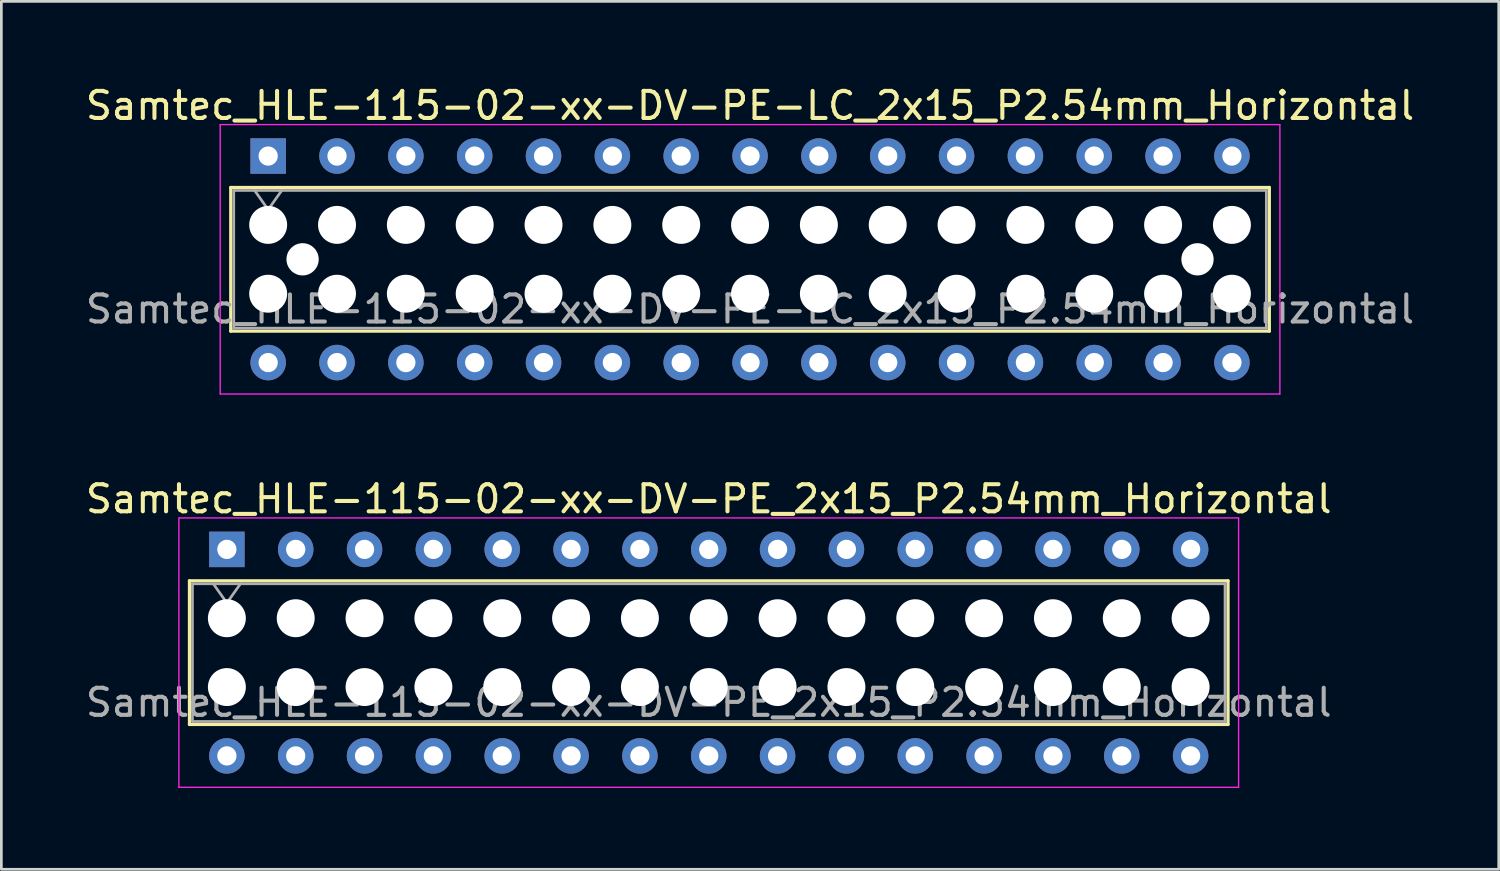
<source format=kicad_pcb>
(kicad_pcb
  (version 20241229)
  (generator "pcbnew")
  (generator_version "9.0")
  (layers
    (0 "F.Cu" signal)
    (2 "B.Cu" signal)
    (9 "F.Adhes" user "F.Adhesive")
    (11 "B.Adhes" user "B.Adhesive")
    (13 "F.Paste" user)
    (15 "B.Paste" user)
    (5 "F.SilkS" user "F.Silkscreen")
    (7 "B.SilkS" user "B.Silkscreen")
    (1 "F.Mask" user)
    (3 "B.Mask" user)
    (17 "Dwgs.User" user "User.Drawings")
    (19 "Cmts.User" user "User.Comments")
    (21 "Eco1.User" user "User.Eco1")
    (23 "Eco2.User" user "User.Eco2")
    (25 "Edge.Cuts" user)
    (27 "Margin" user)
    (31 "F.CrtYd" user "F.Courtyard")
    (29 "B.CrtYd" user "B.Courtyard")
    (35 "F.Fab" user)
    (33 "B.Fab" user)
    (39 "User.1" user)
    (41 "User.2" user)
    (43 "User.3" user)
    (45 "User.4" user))
  (footprint "Samtec_HLE-115-02-xx-DV-PE-LC_2x15_P2.54mm_Horizontal"
    (layer "F.Cu")
    (at 6.845 2.708)
    (property "Reference" "Samtec_HLE-115-02-xx-DV-PE-LC_2x15_P2.54mm_Horizontal" (at 17.78 -1.86 0) (layer "F.SilkS") (effects (font (size 1 1) (thickness 0.15))))
    (attr through_hole)
    (fp_line (start -1.38 1.16) (end 36.94 1.16) (stroke (width 0.12) (type solid)) (layer "F.SilkS"))
    (fp_line (start -1.38 6.46) (end -1.38 1.16) (stroke (width 0.12) (type solid)) (layer "F.SilkS"))
    (fp_line (start 36.94 1.16) (end 36.94 6.46) (stroke (width 0.12) (type solid)) (layer "F.SilkS"))
    (fp_line (start 36.94 6.46) (end -1.38 6.46) (stroke (width 0.12) (type solid)) (layer "F.SilkS"))
    (fp_line (start -1.77 -1.16) (end 37.33 -1.16) (stroke (width 0.05) (type solid)) (layer "F.CrtYd"))
    (fp_line (start -1.77 8.78) (end -1.77 -1.16) (stroke (width 0.05) (type solid)) (layer "F.CrtYd"))
    (fp_line (start 37.33 -1.16) (end 37.33 8.78) (stroke (width 0.05) (type solid)) (layer "F.CrtYd"))
    (fp_line (start 37.33 8.78) (end -1.77 8.78) (stroke (width 0.05) (type solid)) (layer "F.CrtYd"))
    (fp_line (start -1.27 1.27) (end 36.83 1.27) (stroke (width 0.1) (type solid)) (layer "F.Fab"))
    (fp_line (start -1.27 6.35) (end -1.27 1.27) (stroke (width 0.1) (type solid)) (layer "F.Fab"))
    (fp_line (start -0.5 1.27) (end 0 1.977) (stroke (width 0.1) (type solid)) (layer "F.Fab"))
    (fp_line (start 0 1.977) (end 0.5 1.27) (stroke (width 0.1) (type solid)) (layer "F.Fab"))
    (fp_line (start 36.83 1.27) (end 36.83 6.35) (stroke (width 0.1) (type solid)) (layer "F.Fab"))
    (fp_line (start 36.83 6.35) (end -1.27 6.35) (stroke (width 0.1) (type solid)) (layer "F.Fab"))
    (fp_text user "${REFERENCE}" (at 17.78 5.65 0) (layer "F.Fab") (effects (font (size 1 1) (thickness 0.15))))
    (pad "" np_thru_hole circle (at 0 2.54) (size 1.4 1.4) (drill 1.4) (layers "*.Cu" "*.Mask"))
    (pad "" np_thru_hole circle (at 0 5.08) (size 1.4 1.4) (drill 1.4) (layers "*.Cu" "*.Mask"))
    (pad "" np_thru_hole circle (at 1.27 3.81) (size 1.19 1.19) (drill 1.19) (layers "*.Cu" "*.Mask"))
    (pad "" np_thru_hole circle (at 2.54 2.54) (size 1.4 1.4) (drill 1.4) (layers "*.Cu" "*.Mask"))
    (pad "" np_thru_hole circle (at 2.54 5.08) (size 1.4 1.4) (drill 1.4) (layers "*.Cu" "*.Mask"))
    (pad "" np_thru_hole circle (at 5.08 2.54) (size 1.4 1.4) (drill 1.4) (layers "*.Cu" "*.Mask"))
    (pad "" np_thru_hole circle (at 5.08 5.08) (size 1.4 1.4) (drill 1.4) (layers "*.Cu" "*.Mask"))
    (pad "" np_thru_hole circle (at 7.62 2.54) (size 1.4 1.4) (drill 1.4) (layers "*.Cu" "*.Mask"))
    (pad "" np_thru_hole circle (at 7.62 5.08) (size 1.4 1.4) (drill 1.4) (layers "*.Cu" "*.Mask"))
    (pad "" np_thru_hole circle (at 10.16 2.54) (size 1.4 1.4) (drill 1.4) (layers "*.Cu" "*.Mask"))
    (pad "" np_thru_hole circle (at 10.16 5.08) (size 1.4 1.4) (drill 1.4) (layers "*.Cu" "*.Mask"))
    (pad "" np_thru_hole circle (at 12.7 2.54) (size 1.4 1.4) (drill 1.4) (layers "*.Cu" "*.Mask"))
    (pad "" np_thru_hole circle (at 12.7 5.08) (size 1.4 1.4) (drill 1.4) (layers "*.Cu" "*.Mask"))
    (pad "" np_thru_hole circle (at 15.24 2.54) (size 1.4 1.4) (drill 1.4) (layers "*.Cu" "*.Mask"))
    (pad "" np_thru_hole circle (at 15.24 5.08) (size 1.4 1.4) (drill 1.4) (layers "*.Cu" "*.Mask"))
    (pad "" np_thru_hole circle (at 17.78 2.54) (size 1.4 1.4) (drill 1.4) (layers "*.Cu" "*.Mask"))
    (pad "" np_thru_hole circle (at 17.78 5.08) (size 1.4 1.4) (drill 1.4) (layers "*.Cu" "*.Mask"))
    (pad "" np_thru_hole circle (at 20.32 2.54) (size 1.4 1.4) (drill 1.4) (layers "*.Cu" "*.Mask"))
    (pad "" np_thru_hole circle (at 20.32 5.08) (size 1.4 1.4) (drill 1.4) (layers "*.Cu" "*.Mask"))
    (pad "" np_thru_hole circle (at 22.86 2.54) (size 1.4 1.4) (drill 1.4) (layers "*.Cu" "*.Mask"))
    (pad "" np_thru_hole circle (at 22.86 5.08) (size 1.4 1.4) (drill 1.4) (layers "*.Cu" "*.Mask"))
    (pad "" np_thru_hole circle (at 25.4 2.54) (size 1.4 1.4) (drill 1.4) (layers "*.Cu" "*.Mask"))
    (pad "" np_thru_hole circle (at 25.4 5.08) (size 1.4 1.4) (drill 1.4) (layers "*.Cu" "*.Mask"))
    (pad "" np_thru_hole circle (at 27.94 2.54) (size 1.4 1.4) (drill 1.4) (layers "*.Cu" "*.Mask"))
    (pad "" np_thru_hole circle (at 27.94 5.08) (size 1.4 1.4) (drill 1.4) (layers "*.Cu" "*.Mask"))
    (pad "" np_thru_hole circle (at 30.48 2.54) (size 1.4 1.4) (drill 1.4) (layers "*.Cu" "*.Mask"))
    (pad "" np_thru_hole circle (at 30.48 5.08) (size 1.4 1.4) (drill 1.4) (layers "*.Cu" "*.Mask"))
    (pad "" np_thru_hole circle (at 33.02 2.54) (size 1.4 1.4) (drill 1.4) (layers "*.Cu" "*.Mask"))
    (pad "" np_thru_hole circle (at 33.02 5.08) (size 1.4 1.4) (drill 1.4) (layers "*.Cu" "*.Mask"))
    (pad "" np_thru_hole circle (at 34.29 3.81) (size 1.19 1.19) (drill 1.19) (layers "*.Cu" "*.Mask"))
    (pad "" np_thru_hole circle (at 35.56 2.54) (size 1.4 1.4) (drill 1.4) (layers "*.Cu" "*.Mask"))
    (pad "" np_thru_hole circle (at 35.56 5.08) (size 1.4 1.4) (drill 1.4) (layers "*.Cu" "*.Mask"))
    (pad "1" thru_hole rect (at 0 0) (size 1.31 1.31) (drill 0.71) (layers "*.Cu" "*.Mask"))
    (pad "2" thru_hole circle (at 0 7.62) (size 1.31 1.31) (drill 0.71) (layers "*.Cu" "*.Mask"))
    (pad "3" thru_hole circle (at 2.54 0) (size 1.31 1.31) (drill 0.71) (layers "*.Cu" "*.Mask"))
    (pad "4" thru_hole circle (at 2.54 7.62) (size 1.31 1.31) (drill 0.71) (layers "*.Cu" "*.Mask"))
    (pad "5" thru_hole circle (at 5.08 0) (size 1.31 1.31) (drill 0.71) (layers "*.Cu" "*.Mask"))
    (pad "6" thru_hole circle (at 5.08 7.62) (size 1.31 1.31) (drill 0.71) (layers "*.Cu" "*.Mask"))
    (pad "7" thru_hole circle (at 7.62 0) (size 1.31 1.31) (drill 0.71) (layers "*.Cu" "*.Mask"))
    (pad "8" thru_hole circle (at 7.62 7.62) (size 1.31 1.31) (drill 0.71) (layers "*.Cu" "*.Mask"))
    (pad "9" thru_hole circle (at 10.16 0) (size 1.31 1.31) (drill 0.71) (layers "*.Cu" "*.Mask"))
    (pad "10" thru_hole circle (at 10.16 7.62) (size 1.31 1.31) (drill 0.71) (layers "*.Cu" "*.Mask"))
    (pad "11" thru_hole circle (at 12.7 0) (size 1.31 1.31) (drill 0.71) (layers "*.Cu" "*.Mask"))
    (pad "12" thru_hole circle (at 12.7 7.62) (size 1.31 1.31) (drill 0.71) (layers "*.Cu" "*.Mask"))
    (pad "13" thru_hole circle (at 15.24 0) (size 1.31 1.31) (drill 0.71) (layers "*.Cu" "*.Mask"))
    (pad "14" thru_hole circle (at 15.24 7.62) (size 1.31 1.31) (drill 0.71) (layers "*.Cu" "*.Mask"))
    (pad "15" thru_hole circle (at 17.78 0) (size 1.31 1.31) (drill 0.71) (layers "*.Cu" "*.Mask"))
    (pad "16" thru_hole circle (at 17.78 7.62) (size 1.31 1.31) (drill 0.71) (layers "*.Cu" "*.Mask"))
    (pad "17" thru_hole circle (at 20.32 0) (size 1.31 1.31) (drill 0.71) (layers "*.Cu" "*.Mask"))
    (pad "18" thru_hole circle (at 20.32 7.62) (size 1.31 1.31) (drill 0.71) (layers "*.Cu" "*.Mask"))
    (pad "19" thru_hole circle (at 22.86 0) (size 1.31 1.31) (drill 0.71) (layers "*.Cu" "*.Mask"))
    (pad "20" thru_hole circle (at 22.86 7.62) (size 1.31 1.31) (drill 0.71) (layers "*.Cu" "*.Mask"))
    (pad "21" thru_hole circle (at 25.4 0) (size 1.31 1.31) (drill 0.71) (layers "*.Cu" "*.Mask"))
    (pad "22" thru_hole circle (at 25.4 7.62) (size 1.31 1.31) (drill 0.71) (layers "*.Cu" "*.Mask"))
    (pad "23" thru_hole circle (at 27.94 0) (size 1.31 1.31) (drill 0.71) (layers "*.Cu" "*.Mask"))
    (pad "24" thru_hole circle (at 27.94 7.62) (size 1.31 1.31) (drill 0.71) (layers "*.Cu" "*.Mask"))
    (pad "25" thru_hole circle (at 30.48 0) (size 1.31 1.31) (drill 0.71) (layers "*.Cu" "*.Mask"))
    (pad "26" thru_hole circle (at 30.48 7.62) (size 1.31 1.31) (drill 0.71) (layers "*.Cu" "*.Mask"))
    (pad "27" thru_hole circle (at 33.02 0) (size 1.31 1.31) (drill 0.71) (layers "*.Cu" "*.Mask"))
    (pad "28" thru_hole circle (at 33.02 7.62) (size 1.31 1.31) (drill 0.71) (layers "*.Cu" "*.Mask"))
    (pad "29" thru_hole circle (at 35.56 0) (size 1.31 1.31) (drill 0.71) (layers "*.Cu" "*.Mask"))
    (pad "30" thru_hole circle (at 35.56 7.62) (size 1.31 1.31) (drill 0.71) (layers "*.Cu" "*.Mask")))
  (footprint "Samtec_HLE-115-02-xx-DV-PE_2x15_P2.54mm_Horizontal"
    (layer "F.Cu")
    (at 5.321 17.221)
    (property "Reference" "Samtec_HLE-115-02-xx-DV-PE_2x15_P2.54mm_Horizontal" (at 17.78 -1.86 0) (layer "F.SilkS") (effects (font (size 1 1) (thickness 0.15))))
    (attr through_hole)
    (fp_line (start -1.38 1.16) (end 36.94 1.16) (stroke (width 0.12) (type solid)) (layer "F.SilkS"))
    (fp_line (start -1.38 6.46) (end -1.38 1.16) (stroke (width 0.12) (type solid)) (layer "F.SilkS"))
    (fp_line (start 36.94 1.16) (end 36.94 6.46) (stroke (width 0.12) (type solid)) (layer "F.SilkS"))
    (fp_line (start 36.94 6.46) (end -1.38 6.46) (stroke (width 0.12) (type solid)) (layer "F.SilkS"))
    (fp_line (start -1.77 -1.16) (end 37.33 -1.16) (stroke (width 0.05) (type solid)) (layer "F.CrtYd"))
    (fp_line (start -1.77 8.78) (end -1.77 -1.16) (stroke (width 0.05) (type solid)) (layer "F.CrtYd"))
    (fp_line (start 37.33 -1.16) (end 37.33 8.78) (stroke (width 0.05) (type solid)) (layer "F.CrtYd"))
    (fp_line (start 37.33 8.78) (end -1.77 8.78) (stroke (width 0.05) (type solid)) (layer "F.CrtYd"))
    (fp_line (start -1.27 1.27) (end 36.83 1.27) (stroke (width 0.1) (type solid)) (layer "F.Fab"))
    (fp_line (start -1.27 6.35) (end -1.27 1.27) (stroke (width 0.1) (type solid)) (layer "F.Fab"))
    (fp_line (start -0.5 1.27) (end 0 1.977) (stroke (width 0.1) (type solid)) (layer "F.Fab"))
    (fp_line (start 0 1.977) (end 0.5 1.27) (stroke (width 0.1) (type solid)) (layer "F.Fab"))
    (fp_line (start 36.83 1.27) (end 36.83 6.35) (stroke (width 0.1) (type solid)) (layer "F.Fab"))
    (fp_line (start 36.83 6.35) (end -1.27 6.35) (stroke (width 0.1) (type solid)) (layer "F.Fab"))
    (fp_text user "${REFERENCE}" (at 17.78 5.65 0) (layer "F.Fab") (effects (font (size 1 1) (thickness 0.15))))
    (pad "" np_thru_hole circle (at 0 2.54) (size 1.4 1.4) (drill 1.4) (layers "*.Cu" "*.Mask"))
    (pad "" np_thru_hole circle (at 0 5.08) (size 1.4 1.4) (drill 1.4) (layers "*.Cu" "*.Mask"))
    (pad "" np_thru_hole circle (at 2.54 2.54) (size 1.4 1.4) (drill 1.4) (layers "*.Cu" "*.Mask"))
    (pad "" np_thru_hole circle (at 2.54 5.08) (size 1.4 1.4) (drill 1.4) (layers "*.Cu" "*.Mask"))
    (pad "" np_thru_hole circle (at 5.08 2.54) (size 1.4 1.4) (drill 1.4) (layers "*.Cu" "*.Mask"))
    (pad "" np_thru_hole circle (at 5.08 5.08) (size 1.4 1.4) (drill 1.4) (layers "*.Cu" "*.Mask"))
    (pad "" np_thru_hole circle (at 7.62 2.54) (size 1.4 1.4) (drill 1.4) (layers "*.Cu" "*.Mask"))
    (pad "" np_thru_hole circle (at 7.62 5.08) (size 1.4 1.4) (drill 1.4) (layers "*.Cu" "*.Mask"))
    (pad "" np_thru_hole circle (at 10.16 2.54) (size 1.4 1.4) (drill 1.4) (layers "*.Cu" "*.Mask"))
    (pad "" np_thru_hole circle (at 10.16 5.08) (size 1.4 1.4) (drill 1.4) (layers "*.Cu" "*.Mask"))
    (pad "" np_thru_hole circle (at 12.7 2.54) (size 1.4 1.4) (drill 1.4) (layers "*.Cu" "*.Mask"))
    (pad "" np_thru_hole circle (at 12.7 5.08) (size 1.4 1.4) (drill 1.4) (layers "*.Cu" "*.Mask"))
    (pad "" np_thru_hole circle (at 15.24 2.54) (size 1.4 1.4) (drill 1.4) (layers "*.Cu" "*.Mask"))
    (pad "" np_thru_hole circle (at 15.24 5.08) (size 1.4 1.4) (drill 1.4) (layers "*.Cu" "*.Mask"))
    (pad "" np_thru_hole circle (at 17.78 2.54) (size 1.4 1.4) (drill 1.4) (layers "*.Cu" "*.Mask"))
    (pad "" np_thru_hole circle (at 17.78 5.08) (size 1.4 1.4) (drill 1.4) (layers "*.Cu" "*.Mask"))
    (pad "" np_thru_hole circle (at 20.32 2.54) (size 1.4 1.4) (drill 1.4) (layers "*.Cu" "*.Mask"))
    (pad "" np_thru_hole circle (at 20.32 5.08) (size 1.4 1.4) (drill 1.4) (layers "*.Cu" "*.Mask"))
    (pad "" np_thru_hole circle (at 22.86 2.54) (size 1.4 1.4) (drill 1.4) (layers "*.Cu" "*.Mask"))
    (pad "" np_thru_hole circle (at 22.86 5.08) (size 1.4 1.4) (drill 1.4) (layers "*.Cu" "*.Mask"))
    (pad "" np_thru_hole circle (at 25.4 2.54) (size 1.4 1.4) (drill 1.4) (layers "*.Cu" "*.Mask"))
    (pad "" np_thru_hole circle (at 25.4 5.08) (size 1.4 1.4) (drill 1.4) (layers "*.Cu" "*.Mask"))
    (pad "" np_thru_hole circle (at 27.94 2.54) (size 1.4 1.4) (drill 1.4) (layers "*.Cu" "*.Mask"))
    (pad "" np_thru_hole circle (at 27.94 5.08) (size 1.4 1.4) (drill 1.4) (layers "*.Cu" "*.Mask"))
    (pad "" np_thru_hole circle (at 30.48 2.54) (size 1.4 1.4) (drill 1.4) (layers "*.Cu" "*.Mask"))
    (pad "" np_thru_hole circle (at 30.48 5.08) (size 1.4 1.4) (drill 1.4) (layers "*.Cu" "*.Mask"))
    (pad "" np_thru_hole circle (at 33.02 2.54) (size 1.4 1.4) (drill 1.4) (layers "*.Cu" "*.Mask"))
    (pad "" np_thru_hole circle (at 33.02 5.08) (size 1.4 1.4) (drill 1.4) (layers "*.Cu" "*.Mask"))
    (pad "" np_thru_hole circle (at 35.56 2.54) (size 1.4 1.4) (drill 1.4) (layers "*.Cu" "*.Mask"))
    (pad "" np_thru_hole circle (at 35.56 5.08) (size 1.4 1.4) (drill 1.4) (layers "*.Cu" "*.Mask"))
    (pad "1" thru_hole rect (at 0 0) (size 1.31 1.31) (drill 0.71) (layers "*.Cu" "*.Mask"))
    (pad "2" thru_hole circle (at 0 7.62) (size 1.31 1.31) (drill 0.71) (layers "*.Cu" "*.Mask"))
    (pad "3" thru_hole circle (at 2.54 0) (size 1.31 1.31) (drill 0.71) (layers "*.Cu" "*.Mask"))
    (pad "4" thru_hole circle (at 2.54 7.62) (size 1.31 1.31) (drill 0.71) (layers "*.Cu" "*.Mask"))
    (pad "5" thru_hole circle (at 5.08 0) (size 1.31 1.31) (drill 0.71) (layers "*.Cu" "*.Mask"))
    (pad "6" thru_hole circle (at 5.08 7.62) (size 1.31 1.31) (drill 0.71) (layers "*.Cu" "*.Mask"))
    (pad "7" thru_hole circle (at 7.62 0) (size 1.31 1.31) (drill 0.71) (layers "*.Cu" "*.Mask"))
    (pad "8" thru_hole circle (at 7.62 7.62) (size 1.31 1.31) (drill 0.71) (layers "*.Cu" "*.Mask"))
    (pad "9" thru_hole circle (at 10.16 0) (size 1.31 1.31) (drill 0.71) (layers "*.Cu" "*.Mask"))
    (pad "10" thru_hole circle (at 10.16 7.62) (size 1.31 1.31) (drill 0.71) (layers "*.Cu" "*.Mask"))
    (pad "11" thru_hole circle (at 12.7 0) (size 1.31 1.31) (drill 0.71) (layers "*.Cu" "*.Mask"))
    (pad "12" thru_hole circle (at 12.7 7.62) (size 1.31 1.31) (drill 0.71) (layers "*.Cu" "*.Mask"))
    (pad "13" thru_hole circle (at 15.24 0) (size 1.31 1.31) (drill 0.71) (layers "*.Cu" "*.Mask"))
    (pad "14" thru_hole circle (at 15.24 7.62) (size 1.31 1.31) (drill 0.71) (layers "*.Cu" "*.Mask"))
    (pad "15" thru_hole circle (at 17.78 0) (size 1.31 1.31) (drill 0.71) (layers "*.Cu" "*.Mask"))
    (pad "16" thru_hole circle (at 17.78 7.62) (size 1.31 1.31) (drill 0.71) (layers "*.Cu" "*.Mask"))
    (pad "17" thru_hole circle (at 20.32 0) (size 1.31 1.31) (drill 0.71) (layers "*.Cu" "*.Mask"))
    (pad "18" thru_hole circle (at 20.32 7.62) (size 1.31 1.31) (drill 0.71) (layers "*.Cu" "*.Mask"))
    (pad "19" thru_hole circle (at 22.86 0) (size 1.31 1.31) (drill 0.71) (layers "*.Cu" "*.Mask"))
    (pad "20" thru_hole circle (at 22.86 7.62) (size 1.31 1.31) (drill 0.71) (layers "*.Cu" "*.Mask"))
    (pad "21" thru_hole circle (at 25.4 0) (size 1.31 1.31) (drill 0.71) (layers "*.Cu" "*.Mask"))
    (pad "22" thru_hole circle (at 25.4 7.62) (size 1.31 1.31) (drill 0.71) (layers "*.Cu" "*.Mask"))
    (pad "23" thru_hole circle (at 27.94 0) (size 1.31 1.31) (drill 0.71) (layers "*.Cu" "*.Mask"))
    (pad "24" thru_hole circle (at 27.94 7.62) (size 1.31 1.31) (drill 0.71) (layers "*.Cu" "*.Mask"))
    (pad "25" thru_hole circle (at 30.48 0) (size 1.31 1.31) (drill 0.71) (layers "*.Cu" "*.Mask"))
    (pad "26" thru_hole circle (at 30.48 7.62) (size 1.31 1.31) (drill 0.71) (layers "*.Cu" "*.Mask"))
    (pad "27" thru_hole circle (at 33.02 0) (size 1.31 1.31) (drill 0.71) (layers "*.Cu" "*.Mask"))
    (pad "28" thru_hole circle (at 33.02 7.62) (size 1.31 1.31) (drill 0.71) (layers "*.Cu" "*.Mask"))
    (pad "29" thru_hole circle (at 35.56 0) (size 1.31 1.31) (drill 0.71) (layers "*.Cu" "*.Mask"))
    (pad "30" thru_hole circle (at 35.56 7.62) (size 1.31 1.31) (drill 0.71) (layers "*.Cu" "*.Mask")))
  (gr_rect
    (start -3 -3)
    (end 52.25 29.026)
    (stroke (width 0.1) (type default))
    (fill no)
    (layer "Edge.Cuts")))
</source>
